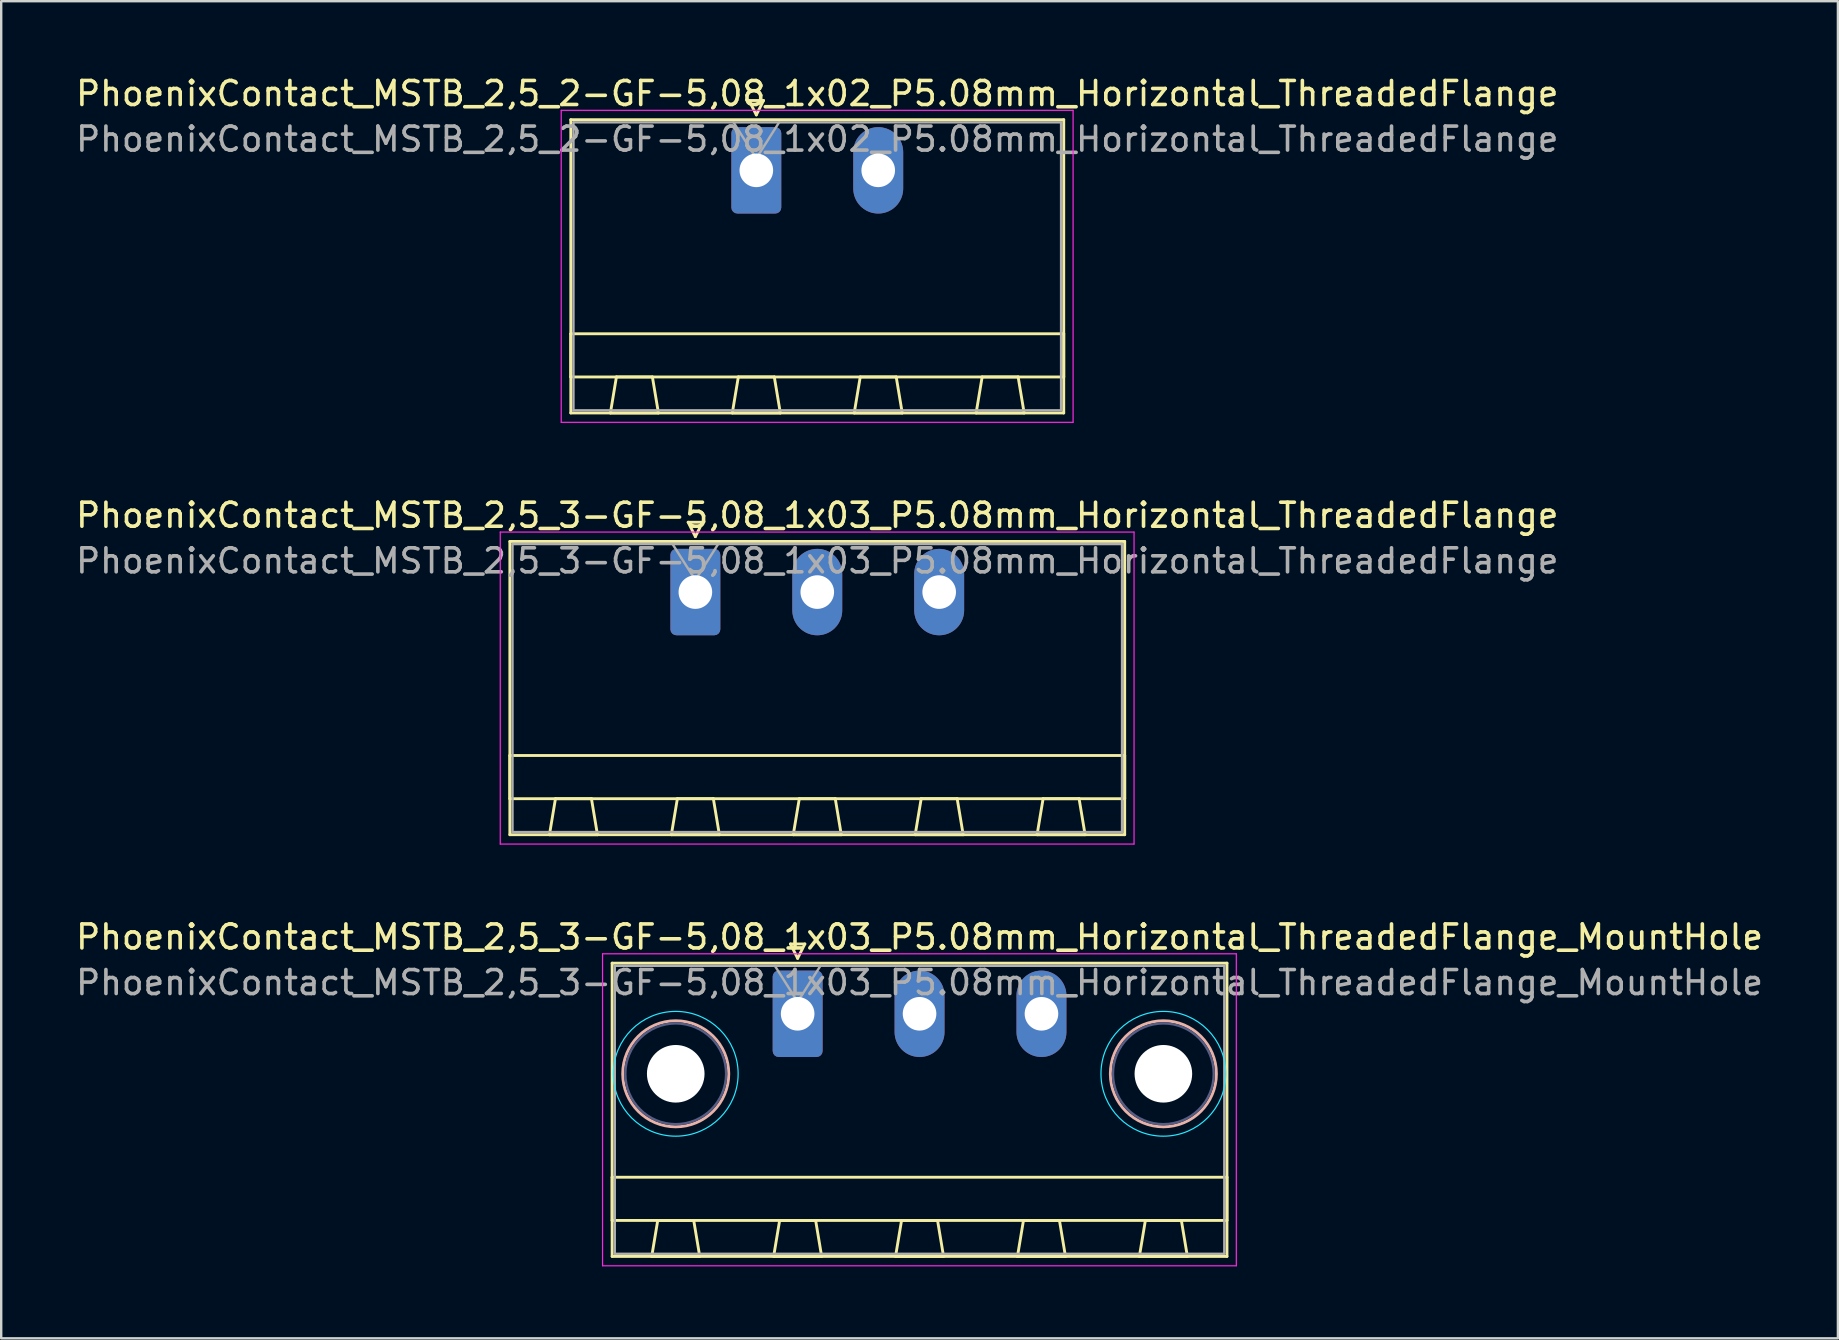
<source format=kicad_pcb>
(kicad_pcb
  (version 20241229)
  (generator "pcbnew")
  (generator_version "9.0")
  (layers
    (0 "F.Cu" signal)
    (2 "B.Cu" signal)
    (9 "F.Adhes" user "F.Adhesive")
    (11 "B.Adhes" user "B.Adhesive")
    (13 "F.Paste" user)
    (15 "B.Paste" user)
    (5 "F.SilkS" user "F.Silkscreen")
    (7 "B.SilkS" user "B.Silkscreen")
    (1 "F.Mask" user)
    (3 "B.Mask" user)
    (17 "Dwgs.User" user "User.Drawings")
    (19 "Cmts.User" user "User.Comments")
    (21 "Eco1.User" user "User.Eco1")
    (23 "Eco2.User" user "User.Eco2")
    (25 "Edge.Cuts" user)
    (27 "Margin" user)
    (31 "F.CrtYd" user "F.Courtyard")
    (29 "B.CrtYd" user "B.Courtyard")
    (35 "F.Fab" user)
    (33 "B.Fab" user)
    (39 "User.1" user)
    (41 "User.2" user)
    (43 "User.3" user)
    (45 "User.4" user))
  (footprint "PhoenixContact_MSTB_2,5_3-GF-5,08_1x03_P5.08mm_Horizontal_ThreadedFlange"
    (layer "F.Cu")
    (at 25.926 21.622)
    (property "Reference" "PhoenixContact_MSTB_2,5_3-GF-5,08_1x03_P5.08mm_Horizontal_ThreadedFlange" (at 5.08 -3.2 0) (layer "F.SilkS") (effects (font (size 1 1) (thickness 0.15))))
    (attr through_hole)
    (fp_line (start -7.73 -2.11) (end -7.73 10.11) (stroke (width 0.12) (type solid)) (layer "F.SilkS"))
    (fp_line (start -7.73 6.81) (end 17.89 6.81) (stroke (width 0.12) (type solid)) (layer "F.SilkS"))
    (fp_line (start -7.73 8.61) (end -7.73 6.81) (stroke (width 0.12) (type solid)) (layer "F.SilkS"))
    (fp_line (start -7.73 10.11) (end 17.89 10.11) (stroke (width 0.12) (type solid)) (layer "F.SilkS"))
    (fp_line (start -6.08 10.11) (end -4.08 10.11) (stroke (width 0.12) (type solid)) (layer "F.SilkS"))
    (fp_line (start -5.83 8.61) (end -6.08 10.11) (stroke (width 0.12) (type solid)) (layer "F.SilkS"))
    (fp_line (start -4.33 8.61) (end -5.83 8.61) (stroke (width 0.12) (type solid)) (layer "F.SilkS"))
    (fp_line (start -4.08 10.11) (end -4.33 8.61) (stroke (width 0.12) (type solid)) (layer "F.SilkS"))
    (fp_line (start -1 10.11) (end 1 10.11) (stroke (width 0.12) (type solid)) (layer "F.SilkS"))
    (fp_line (start -0.75 8.61) (end -1 10.11) (stroke (width 0.12) (type solid)) (layer "F.SilkS"))
    (fp_line (start -0.3 -2.91) (end 0.3 -2.91) (stroke (width 0.12) (type solid)) (layer "F.SilkS"))
    (fp_line (start 0 -2.31) (end -0.3 -2.91) (stroke (width 0.12) (type solid)) (layer "F.SilkS"))
    (fp_line (start 0.3 -2.91) (end 0 -2.31) (stroke (width 0.12) (type solid)) (layer "F.SilkS"))
    (fp_line (start 0.75 8.61) (end -0.75 8.61) (stroke (width 0.12) (type solid)) (layer "F.SilkS"))
    (fp_line (start 1 10.11) (end 0.75 8.61) (stroke (width 0.12) (type solid)) (layer "F.SilkS"))
    (fp_line (start 4.08 10.11) (end 6.08 10.11) (stroke (width 0.12) (type solid)) (layer "F.SilkS"))
    (fp_line (start 4.33 8.61) (end 4.08 10.11) (stroke (width 0.12) (type solid)) (layer "F.SilkS"))
    (fp_line (start 5.83 8.61) (end 4.33 8.61) (stroke (width 0.12) (type solid)) (layer "F.SilkS"))
    (fp_line (start 6.08 10.11) (end 5.83 8.61) (stroke (width 0.12) (type solid)) (layer "F.SilkS"))
    (fp_line (start 9.16 10.11) (end 11.16 10.11) (stroke (width 0.12) (type solid)) (layer "F.SilkS"))
    (fp_line (start 9.41 8.61) (end 9.16 10.11) (stroke (width 0.12) (type solid)) (layer "F.SilkS"))
    (fp_line (start 10.91 8.61) (end 9.41 8.61) (stroke (width 0.12) (type solid)) (layer "F.SilkS"))
    (fp_line (start 11.16 10.11) (end 10.91 8.61) (stroke (width 0.12) (type solid)) (layer "F.SilkS"))
    (fp_line (start 14.24 10.11) (end 16.24 10.11) (stroke (width 0.12) (type solid)) (layer "F.SilkS"))
    (fp_line (start 14.49 8.61) (end 14.24 10.11) (stroke (width 0.12) (type solid)) (layer "F.SilkS"))
    (fp_line (start 15.99 8.61) (end 14.49 8.61) (stroke (width 0.12) (type solid)) (layer "F.SilkS"))
    (fp_line (start 16.24 10.11) (end 15.99 8.61) (stroke (width 0.12) (type solid)) (layer "F.SilkS"))
    (fp_line (start 17.89 -2.11) (end -7.73 -2.11) (stroke (width 0.12) (type solid)) (layer "F.SilkS"))
    (fp_line (start 17.89 6.81) (end 17.89 8.61) (stroke (width 0.12) (type solid)) (layer "F.SilkS"))
    (fp_line (start 17.89 8.61) (end -7.73 8.61) (stroke (width 0.12) (type solid)) (layer "F.SilkS"))
    (fp_line (start 17.89 10.11) (end 17.89 -2.11) (stroke (width 0.12) (type solid)) (layer "F.SilkS"))
    (fp_line (start -8.13 -2.5) (end -8.13 10.5) (stroke (width 0.05) (type solid)) (layer "F.CrtYd"))
    (fp_line (start -8.13 10.5) (end 18.28 10.5) (stroke (width 0.05) (type solid)) (layer "F.CrtYd"))
    (fp_line (start 18.28 -2.5) (end -8.13 -2.5) (stroke (width 0.05) (type solid)) (layer "F.CrtYd"))
    (fp_line (start 18.28 10.5) (end 18.28 -2.5) (stroke (width 0.05) (type solid)) (layer "F.CrtYd"))
    (fp_line (start -7.62 -2) (end -7.62 10) (stroke (width 0.1) (type solid)) (layer "F.Fab"))
    (fp_line (start -7.62 10) (end 17.78 10) (stroke (width 0.1) (type solid)) (layer "F.Fab"))
    (fp_line (start 0 -0.5) (end -0.95 -2) (stroke (width 0.1) (type solid)) (layer "F.Fab"))
    (fp_line (start 0.95 -2) (end 0 -0.5) (stroke (width 0.1) (type solid)) (layer "F.Fab"))
    (fp_line (start 17.78 -2) (end -7.62 -2) (stroke (width 0.1) (type solid)) (layer "F.Fab"))
    (fp_line (start 17.78 10) (end 17.78 -2) (stroke (width 0.1) (type solid)) (layer "F.Fab"))
    (fp_text user "${REFERENCE}" (at 5.08 -1.3 0) (layer "F.Fab") (effects (font (size 1 1) (thickness 0.15))))
    (pad "1" thru_hole roundrect (at 0 0) (size 2.08 3.6) (drill 1.4) (layers "*.Cu" "*.Mask") (roundrect_rratio 0.12))
    (pad "2" thru_hole oval (at 5.08 0) (size 2.08 3.6) (drill 1.4) (layers "*.Cu" "*.Mask"))
    (pad "3" thru_hole oval (at 10.16 0) (size 2.08 3.6) (drill 1.4) (layers "*.Cu" "*.Mask")))
  (footprint "PhoenixContact_MSTB_2,5_2-GF-5,08_1x02_P5.08mm_Horizontal_ThreadedFlange"
    (layer "F.Cu")
    (at 28.466 4.048)
    (property "Reference" "PhoenixContact_MSTB_2,5_2-GF-5,08_1x02_P5.08mm_Horizontal_ThreadedFlange" (at 2.54 -3.2 0) (layer "F.SilkS") (effects (font (size 1 1) (thickness 0.15))))
    (attr through_hole)
    (fp_line (start -7.73 -2.11) (end -7.73 10.11) (stroke (width 0.12) (type solid)) (layer "F.SilkS"))
    (fp_line (start -7.73 6.81) (end 12.81 6.81) (stroke (width 0.12) (type solid)) (layer "F.SilkS"))
    (fp_line (start -7.73 8.61) (end -7.73 6.81) (stroke (width 0.12) (type solid)) (layer "F.SilkS"))
    (fp_line (start -7.73 10.11) (end 12.81 10.11) (stroke (width 0.12) (type solid)) (layer "F.SilkS"))
    (fp_line (start -6.08 10.11) (end -4.08 10.11) (stroke (width 0.12) (type solid)) (layer "F.SilkS"))
    (fp_line (start -5.83 8.61) (end -6.08 10.11) (stroke (width 0.12) (type solid)) (layer "F.SilkS"))
    (fp_line (start -4.33 8.61) (end -5.83 8.61) (stroke (width 0.12) (type solid)) (layer "F.SilkS"))
    (fp_line (start -4.08 10.11) (end -4.33 8.61) (stroke (width 0.12) (type solid)) (layer "F.SilkS"))
    (fp_line (start -1 10.11) (end 1 10.11) (stroke (width 0.12) (type solid)) (layer "F.SilkS"))
    (fp_line (start -0.75 8.61) (end -1 10.11) (stroke (width 0.12) (type solid)) (layer "F.SilkS"))
    (fp_line (start -0.3 -2.91) (end 0.3 -2.91) (stroke (width 0.12) (type solid)) (layer "F.SilkS"))
    (fp_line (start 0 -2.31) (end -0.3 -2.91) (stroke (width 0.12) (type solid)) (layer "F.SilkS"))
    (fp_line (start 0.3 -2.91) (end 0 -2.31) (stroke (width 0.12) (type solid)) (layer "F.SilkS"))
    (fp_line (start 0.75 8.61) (end -0.75 8.61) (stroke (width 0.12) (type solid)) (layer "F.SilkS"))
    (fp_line (start 1 10.11) (end 0.75 8.61) (stroke (width 0.12) (type solid)) (layer "F.SilkS"))
    (fp_line (start 4.08 10.11) (end 6.08 10.11) (stroke (width 0.12) (type solid)) (layer "F.SilkS"))
    (fp_line (start 4.33 8.61) (end 4.08 10.11) (stroke (width 0.12) (type solid)) (layer "F.SilkS"))
    (fp_line (start 5.83 8.61) (end 4.33 8.61) (stroke (width 0.12) (type solid)) (layer "F.SilkS"))
    (fp_line (start 6.08 10.11) (end 5.83 8.61) (stroke (width 0.12) (type solid)) (layer "F.SilkS"))
    (fp_line (start 9.16 10.11) (end 11.16 10.11) (stroke (width 0.12) (type solid)) (layer "F.SilkS"))
    (fp_line (start 9.41 8.61) (end 9.16 10.11) (stroke (width 0.12) (type solid)) (layer "F.SilkS"))
    (fp_line (start 10.91 8.61) (end 9.41 8.61) (stroke (width 0.12) (type solid)) (layer "F.SilkS"))
    (fp_line (start 11.16 10.11) (end 10.91 8.61) (stroke (width 0.12) (type solid)) (layer "F.SilkS"))
    (fp_line (start 12.81 -2.11) (end -7.73 -2.11) (stroke (width 0.12) (type solid)) (layer "F.SilkS"))
    (fp_line (start 12.81 6.81) (end 12.81 8.61) (stroke (width 0.12) (type solid)) (layer "F.SilkS"))
    (fp_line (start 12.81 8.61) (end -7.73 8.61) (stroke (width 0.12) (type solid)) (layer "F.SilkS"))
    (fp_line (start 12.81 10.11) (end 12.81 -2.11) (stroke (width 0.12) (type solid)) (layer "F.SilkS"))
    (fp_line (start -8.13 -2.5) (end -8.13 10.5) (stroke (width 0.05) (type solid)) (layer "F.CrtYd"))
    (fp_line (start -8.13 10.5) (end 13.2 10.5) (stroke (width 0.05) (type solid)) (layer "F.CrtYd"))
    (fp_line (start 13.2 -2.5) (end -8.13 -2.5) (stroke (width 0.05) (type solid)) (layer "F.CrtYd"))
    (fp_line (start 13.2 10.5) (end 13.2 -2.5) (stroke (width 0.05) (type solid)) (layer "F.CrtYd"))
    (fp_line (start -7.62 -2) (end -7.62 10) (stroke (width 0.1) (type solid)) (layer "F.Fab"))
    (fp_line (start -7.62 10) (end 12.7 10) (stroke (width 0.1) (type solid)) (layer "F.Fab"))
    (fp_line (start 0 -0.5) (end -0.95 -2) (stroke (width 0.1) (type solid)) (layer "F.Fab"))
    (fp_line (start 0.95 -2) (end 0 -0.5) (stroke (width 0.1) (type solid)) (layer "F.Fab"))
    (fp_line (start 12.7 -2) (end -7.62 -2) (stroke (width 0.1) (type solid)) (layer "F.Fab"))
    (fp_line (start 12.7 10) (end 12.7 -2) (stroke (width 0.1) (type solid)) (layer "F.Fab"))
    (fp_text user "${REFERENCE}" (at 2.54 -1.3 0) (layer "F.Fab") (effects (font (size 1 1) (thickness 0.15))))
    (pad "1" thru_hole roundrect (at 0 0) (size 2.08 3.6) (drill 1.4) (layers "*.Cu" "*.Mask") (roundrect_rratio 0.12))
    (pad "2" thru_hole oval (at 5.08 0) (size 2.08 3.6) (drill 1.4) (layers "*.Cu" "*.Mask")))
  (footprint "PhoenixContact_MSTB_2,5_3-GF-5,08_1x03_P5.08mm_Horizontal_ThreadedFlange_MountHole"
    (layer "F.Cu")
    (at 30.188 39.195)
    (property "Reference" "PhoenixContact_MSTB_2,5_3-GF-5,08_1x03_P5.08mm_Horizontal_ThreadedFlange_MountHole" (at 5.08 -3.2 0) (layer "F.SilkS") (effects (font (size 1 1) (thickness 0.15))))
    (attr through_hole)
    (fp_line (start -7.73 -2.11) (end -7.73 10.11) (stroke (width 0.12) (type solid)) (layer "F.SilkS"))
    (fp_line (start -7.73 6.81) (end 17.89 6.81) (stroke (width 0.12) (type solid)) (layer "F.SilkS"))
    (fp_line (start -7.73 8.61) (end -7.73 6.81) (stroke (width 0.12) (type solid)) (layer "F.SilkS"))
    (fp_line (start -7.73 10.11) (end 17.89 10.11) (stroke (width 0.12) (type solid)) (layer "F.SilkS"))
    (fp_line (start -6.08 10.11) (end -4.08 10.11) (stroke (width 0.12) (type solid)) (layer "F.SilkS"))
    (fp_line (start -5.83 8.61) (end -6.08 10.11) (stroke (width 0.12) (type solid)) (layer "F.SilkS"))
    (fp_line (start -4.33 8.61) (end -5.83 8.61) (stroke (width 0.12) (type solid)) (layer "F.SilkS"))
    (fp_line (start -4.08 10.11) (end -4.33 8.61) (stroke (width 0.12) (type solid)) (layer "F.SilkS"))
    (fp_line (start -1 10.11) (end 1 10.11) (stroke (width 0.12) (type solid)) (layer "F.SilkS"))
    (fp_line (start -0.75 8.61) (end -1 10.11) (stroke (width 0.12) (type solid)) (layer "F.SilkS"))
    (fp_line (start -0.3 -2.91) (end 0.3 -2.91) (stroke (width 0.12) (type solid)) (layer "F.SilkS"))
    (fp_line (start 0 -2.31) (end -0.3 -2.91) (stroke (width 0.12) (type solid)) (layer "F.SilkS"))
    (fp_line (start 0.3 -2.91) (end 0 -2.31) (stroke (width 0.12) (type solid)) (layer "F.SilkS"))
    (fp_line (start 0.75 8.61) (end -0.75 8.61) (stroke (width 0.12) (type solid)) (layer "F.SilkS"))
    (fp_line (start 1 10.11) (end 0.75 8.61) (stroke (width 0.12) (type solid)) (layer "F.SilkS"))
    (fp_line (start 4.08 10.11) (end 6.08 10.11) (stroke (width 0.12) (type solid)) (layer "F.SilkS"))
    (fp_line (start 4.33 8.61) (end 4.08 10.11) (stroke (width 0.12) (type solid)) (layer "F.SilkS"))
    (fp_line (start 5.83 8.61) (end 4.33 8.61) (stroke (width 0.12) (type solid)) (layer "F.SilkS"))
    (fp_line (start 6.08 10.11) (end 5.83 8.61) (stroke (width 0.12) (type solid)) (layer "F.SilkS"))
    (fp_line (start 9.16 10.11) (end 11.16 10.11) (stroke (width 0.12) (type solid)) (layer "F.SilkS"))
    (fp_line (start 9.41 8.61) (end 9.16 10.11) (stroke (width 0.12) (type solid)) (layer "F.SilkS"))
    (fp_line (start 10.91 8.61) (end 9.41 8.61) (stroke (width 0.12) (type solid)) (layer "F.SilkS"))
    (fp_line (start 11.16 10.11) (end 10.91 8.61) (stroke (width 0.12) (type solid)) (layer "F.SilkS"))
    (fp_line (start 14.24 10.11) (end 16.24 10.11) (stroke (width 0.12) (type solid)) (layer "F.SilkS"))
    (fp_line (start 14.49 8.61) (end 14.24 10.11) (stroke (width 0.12) (type solid)) (layer "F.SilkS"))
    (fp_line (start 15.99 8.61) (end 14.49 8.61) (stroke (width 0.12) (type solid)) (layer "F.SilkS"))
    (fp_line (start 16.24 10.11) (end 15.99 8.61) (stroke (width 0.12) (type solid)) (layer "F.SilkS"))
    (fp_line (start 17.89 -2.11) (end -7.73 -2.11) (stroke (width 0.12) (type solid)) (layer "F.SilkS"))
    (fp_line (start 17.89 6.81) (end 17.89 8.61) (stroke (width 0.12) (type solid)) (layer "F.SilkS"))
    (fp_line (start 17.89 8.61) (end -7.73 8.61) (stroke (width 0.12) (type solid)) (layer "F.SilkS"))
    (fp_line (start 17.89 10.11) (end 17.89 -2.11) (stroke (width 0.12) (type solid)) (layer "F.SilkS"))
    (fp_circle (center -5.08 2.5) (end -2.87 2.5) (stroke (width 0.12) (type solid)) (fill no) (layer "B.SilkS"))
    (fp_circle (center 15.24 2.5) (end 17.45 2.5) (stroke (width 0.12) (type solid)) (fill no) (layer "B.SilkS"))
    (fp_circle (center -5.08 2.5) (end -2.48 2.5) (stroke (width 0.05) (type solid)) (fill no) (layer "B.CrtYd"))
    (fp_circle (center 15.24 2.5) (end 17.84 2.5) (stroke (width 0.05) (type solid)) (fill no) (layer "B.CrtYd"))
    (fp_line (start -8.13 -2.5) (end -8.13 10.5) (stroke (width 0.05) (type solid)) (layer "F.CrtYd"))
    (fp_line (start -8.13 10.5) (end 18.28 10.5) (stroke (width 0.05) (type solid)) (layer "F.CrtYd"))
    (fp_line (start 18.28 -2.5) (end -8.13 -2.5) (stroke (width 0.05) (type solid)) (layer "F.CrtYd"))
    (fp_line (start 18.28 10.5) (end 18.28 -2.5) (stroke (width 0.05) (type solid)) (layer "F.CrtYd"))
    (fp_circle (center -5.08 2.5) (end -2.98 2.5) (stroke (width 0.1) (type solid)) (fill no) (layer "B.Fab"))
    (fp_circle (center 15.24 2.5) (end 17.34 2.5) (stroke (width 0.1) (type solid)) (fill no) (layer "B.Fab"))
    (fp_line (start -7.62 -2) (end -7.62 10) (stroke (width 0.1) (type solid)) (layer "F.Fab"))
    (fp_line (start -7.62 10) (end 17.78 10) (stroke (width 0.1) (type solid)) (layer "F.Fab"))
    (fp_line (start 0 -0.5) (end -0.95 -2) (stroke (width 0.1) (type solid)) (layer "F.Fab"))
    (fp_line (start 0.95 -2) (end 0 -0.5) (stroke (width 0.1) (type solid)) (layer "F.Fab"))
    (fp_line (start 17.78 -2) (end -7.62 -2) (stroke (width 0.1) (type solid)) (layer "F.Fab"))
    (fp_line (start 17.78 10) (end 17.78 -2) (stroke (width 0.1) (type solid)) (layer "F.Fab"))
    (fp_text user "${REFERENCE}" (at 5.08 -1.3 0) (layer "F.Fab") (effects (font (size 1 1) (thickness 0.15))))
    (pad "" np_thru_hole circle (at -5.08 2.5) (size 2.4 2.4) (drill 2.4) (layers "*.Cu" "*.Mask"))
    (pad "" np_thru_hole circle (at 15.24 2.5) (size 2.4 2.4) (drill 2.4) (layers "*.Cu" "*.Mask"))
    (pad "1" thru_hole roundrect (at 0 0) (size 2.08 3.6) (drill 1.4) (layers "*.Cu" "*.Mask") (roundrect_rratio 0.12))
    (pad "2" thru_hole oval (at 5.08 0) (size 2.08 3.6) (drill 1.4) (layers "*.Cu" "*.Mask"))
    (pad "3" thru_hole oval (at 10.16 0) (size 2.08 3.6) (drill 1.4) (layers "*.Cu" "*.Mask")))
  (gr_rect
    (start -3 -3)
    (end 73.536 52.72)
    (stroke (width 0.1) (type default))
    (fill no)
    (layer "Edge.Cuts")))
</source>
